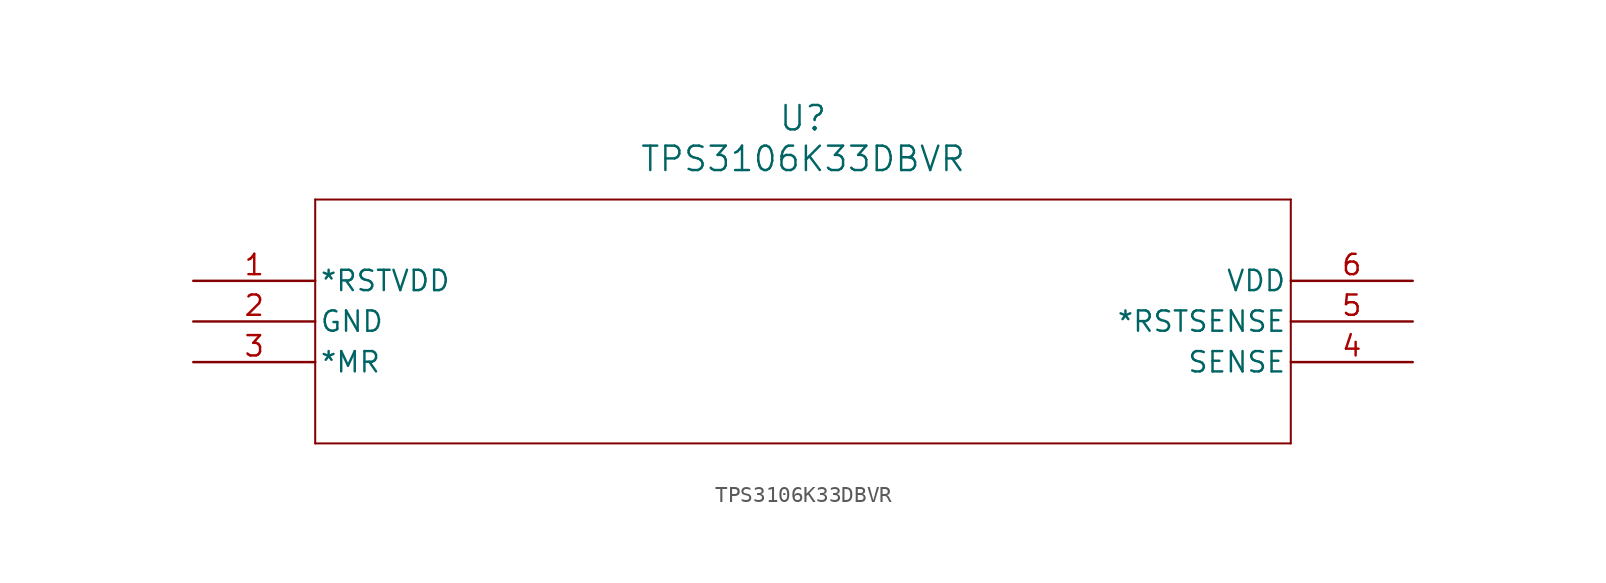
<source format=kicad_sym>
(kicad_symbol_lib
  (version 20211014)
  (generator kicad_symbol_editor)
  (symbol "TPS3106K33DBVR"
    (pin_names
      (offset 0.254))
    (property "Reference" "U"
      (at 38.1 10.16 0)
      (effects (font (size 1.524 1.524))))
    (property "Value" "TPS3106K33DBVR"
      (at 38.1 7.62 0)
      (effects (font (size 1.524 1.524))))
    (polyline
      (pts (xy 7.62 5.08) (xy 7.62 -10.16))
      (stroke (width 0.127) (type default) (color 0 0 0 0))
      (fill (type none)))
    (polyline
      (pts (xy 7.62 -10.16) (xy 68.58 -10.16))
      (stroke (width 0.127) (type default) (color 0 0 0 0))
      (fill (type none)))
    (polyline
      (pts (xy 68.58 -10.16) (xy 68.58 5.08))
      (stroke (width 0.127) (type default) (color 0 0 0 0))
      (fill (type none)))
    (polyline
      (pts (xy 68.58 5.08) (xy 7.62 5.08))
      (stroke (width 0.127) (type default) (color 0 0 0 0))
      (fill (type none)))
    (pin output line
      (at 0 0 0)
      (length 7.62)
      (name "*RSTVDD" (effects (font (size 1.27 1.27))))
      (number "1" (effects (font (size 1.27 1.27)))))
    (pin power_in line
      (at 0 -2.54 0)
      (length 7.62)
      (name "GND" (effects (font (size 1.27 1.27))))
      (number "2" (effects (font (size 1.27 1.27)))))
    (pin input line
      (at 0 -5.08 0)
      (length 7.62)
      (name "*MR" (effects (font (size 1.27 1.27))))
      (number "3" (effects (font (size 1.27 1.27)))))
    (pin unspecified line
      (at 76.2 -5.08 180)
      (length 7.62)
      (name "SENSE" (effects (font (size 1.27 1.27))))
      (number "4" (effects (font (size 1.27 1.27)))))
    (pin output line
      (at 76.2 -2.54 180)
      (length 7.62)
      (name "*RSTSENSE" (effects (font (size 1.27 1.27))))
      (number "5" (effects (font (size 1.27 1.27)))))
    (pin power_in line
      (at 76.2 0 180)
      (length 7.62)
      (name "VDD" (effects (font (size 1.27 1.27))))
      (number "6" (effects (font (size 1.27 1.27)))))))
</source>
